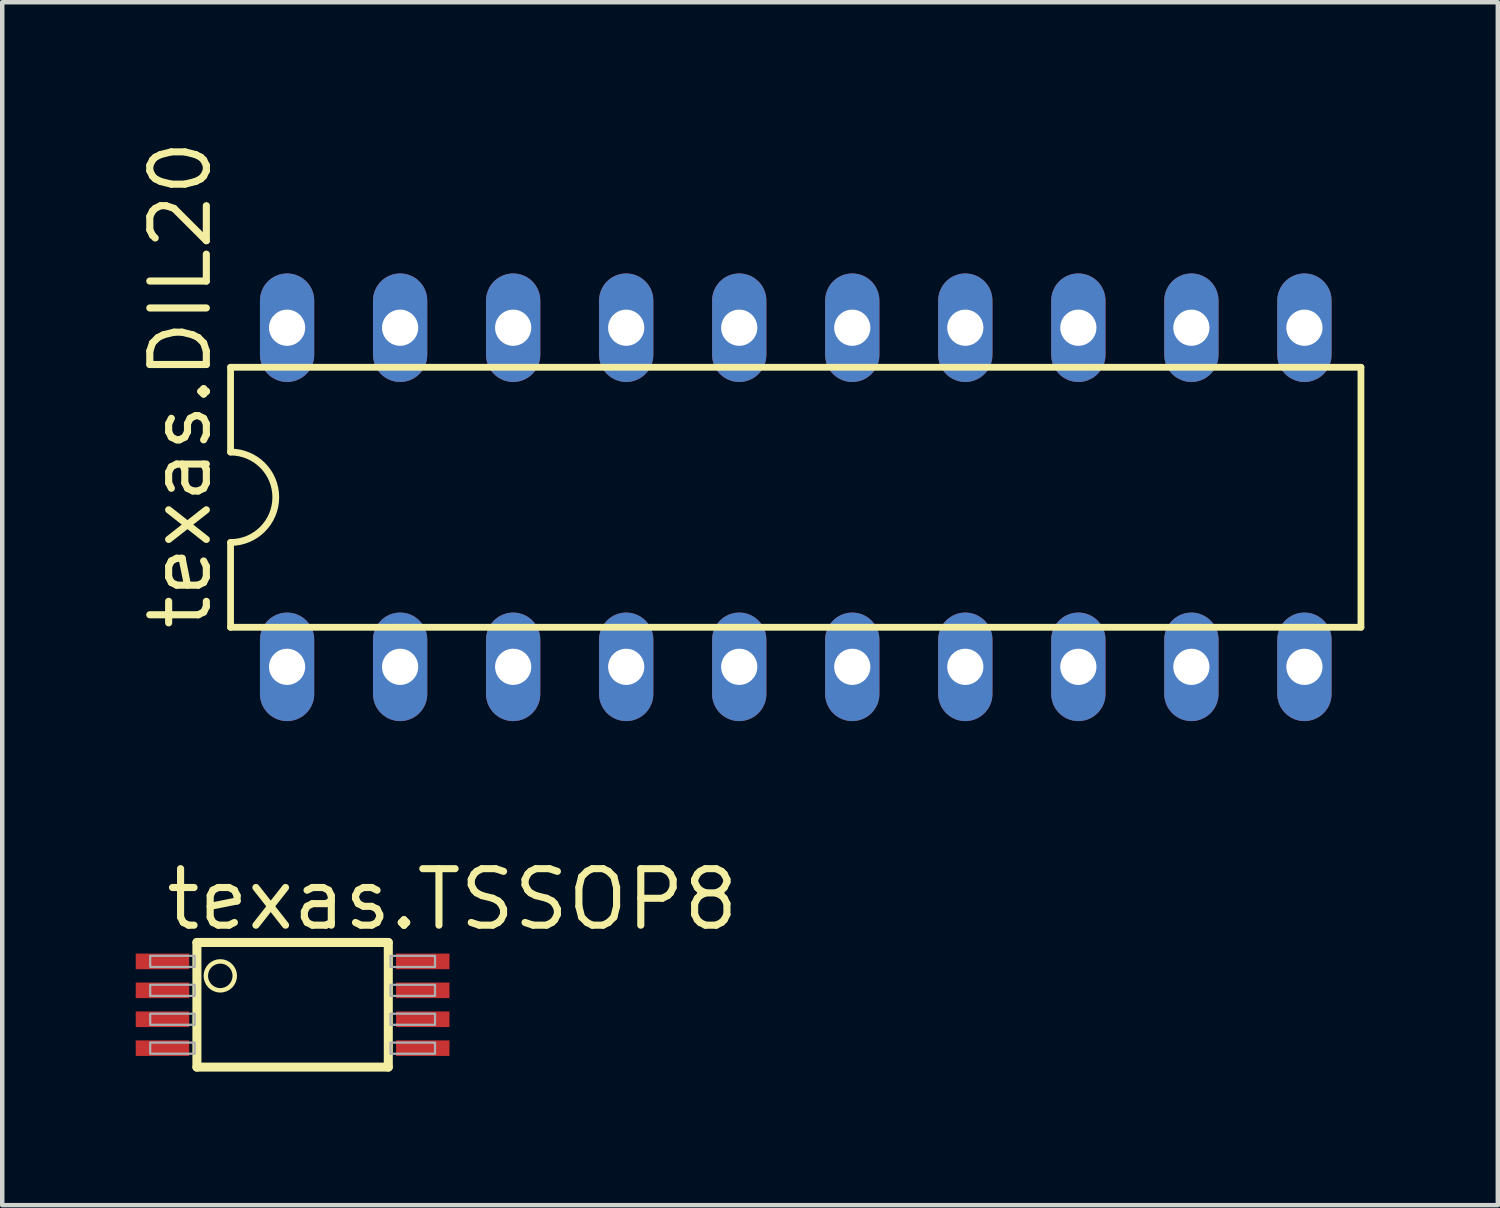
<source format=kicad_pcb>
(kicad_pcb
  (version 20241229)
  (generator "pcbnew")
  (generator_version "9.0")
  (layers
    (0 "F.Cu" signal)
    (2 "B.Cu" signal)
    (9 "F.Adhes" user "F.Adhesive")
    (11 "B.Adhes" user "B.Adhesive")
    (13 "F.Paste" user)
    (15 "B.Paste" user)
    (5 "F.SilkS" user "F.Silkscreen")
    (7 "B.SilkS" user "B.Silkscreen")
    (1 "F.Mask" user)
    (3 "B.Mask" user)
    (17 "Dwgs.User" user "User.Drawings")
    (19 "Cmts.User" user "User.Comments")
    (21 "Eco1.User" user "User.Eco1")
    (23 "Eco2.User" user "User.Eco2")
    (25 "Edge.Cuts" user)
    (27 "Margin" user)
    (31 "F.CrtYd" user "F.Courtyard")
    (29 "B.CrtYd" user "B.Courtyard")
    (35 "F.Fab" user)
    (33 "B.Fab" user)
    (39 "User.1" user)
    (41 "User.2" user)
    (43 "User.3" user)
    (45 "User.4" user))
  (footprint "texas.DIL20"
    (layer "F.Cu")
    (at 14.831 8.124)
    (property "Reference" "texas.DIL20" (at -13.081 3.048 90) (layer "F.SilkS") (effects (font (size 1.27 1.27) (thickness 0.16)) (justify left bottom)))
    (attr through_hole)
    (fp_line (start -12.7 -2.921) (end -12.7 -1.016) (stroke (width 0.152) (type default)) (layer "F.SilkS"))
    (fp_line (start -12.7 2.921) (end -12.7 1.016) (stroke (width 0.152) (type default)) (layer "F.SilkS"))
    (fp_line (start -12.7 2.921) (end 12.7 2.921) (stroke (width 0.152) (type default)) (layer "F.SilkS"))
    (fp_line (start 12.7 -2.921) (end -12.7 -2.921) (stroke (width 0.152) (type default)) (layer "F.SilkS"))
    (fp_line (start 12.7 -2.921) (end 12.7 2.921) (stroke (width 0.152) (type default)) (layer "F.SilkS"))
    (fp_arc (start -12.7 -1.016) (mid -11.684 0) (end -12.7 1.016) (stroke (width 0.1524) (type default)) (layer "F.SilkS"))
    (pad "1" thru_hole oval (at -11.43 3.81 90) (size 2.438 1.219) (drill 0.813) (layers "*.Cu" "*.Mask"))
    (pad "2" thru_hole oval (at -8.89 3.81 90) (size 2.438 1.219) (drill 0.813) (layers "*.Cu" "*.Mask"))
    (pad "3" thru_hole oval (at -6.35 3.81 90) (size 2.438 1.219) (drill 0.813) (layers "*.Cu" "*.Mask"))
    (pad "4" thru_hole oval (at -3.81 3.81 90) (size 2.438 1.219) (drill 0.813) (layers "*.Cu" "*.Mask"))
    (pad "5" thru_hole oval (at -1.27 3.81 90) (size 2.438 1.219) (drill 0.813) (layers "*.Cu" "*.Mask"))
    (pad "6" thru_hole oval (at 1.27 3.81 90) (size 2.438 1.219) (drill 0.813) (layers "*.Cu" "*.Mask"))
    (pad "7" thru_hole oval (at 3.81 3.81 90) (size 2.438 1.219) (drill 0.813) (layers "*.Cu" "*.Mask"))
    (pad "8" thru_hole oval (at 6.35 3.81 90) (size 2.438 1.219) (drill 0.813) (layers "*.Cu" "*.Mask"))
    (pad "9" thru_hole oval (at 8.89 3.81 90) (size 2.438 1.219) (drill 0.813) (layers "*.Cu" "*.Mask"))
    (pad "10" thru_hole oval (at 11.43 3.81 90) (size 2.438 1.219) (drill 0.813) (layers "*.Cu" "*.Mask"))
    (pad "11" thru_hole oval (at 11.43 -3.81 90) (size 2.438 1.219) (drill 0.813) (layers "*.Cu" "*.Mask"))
    (pad "12" thru_hole oval (at 8.89 -3.81 90) (size 2.438 1.219) (drill 0.813) (layers "*.Cu" "*.Mask"))
    (pad "13" thru_hole oval (at 6.35 -3.81 90) (size 2.438 1.219) (drill 0.813) (layers "*.Cu" "*.Mask"))
    (pad "14" thru_hole oval (at 3.81 -3.81 90) (size 2.438 1.219) (drill 0.813) (layers "*.Cu" "*.Mask"))
    (pad "15" thru_hole oval (at 1.27 -3.81 90) (size 2.438 1.219) (drill 0.813) (layers "*.Cu" "*.Mask"))
    (pad "16" thru_hole oval (at -1.27 -3.81 90) (size 2.438 1.219) (drill 0.813) (layers "*.Cu" "*.Mask"))
    (pad "17" thru_hole oval (at -3.81 -3.81 90) (size 2.438 1.219) (drill 0.813) (layers "*.Cu" "*.Mask"))
    (pad "18" thru_hole oval (at -6.35 -3.81 90) (size 2.438 1.219) (drill 0.813) (layers "*.Cu" "*.Mask"))
    (pad "19" thru_hole oval (at -8.89 -3.81 90) (size 2.438 1.219) (drill 0.813) (layers "*.Cu" "*.Mask"))
    (pad "20" thru_hole oval (at -11.43 -3.81 90) (size 2.438 1.219) (drill 0.813) (layers "*.Cu" "*.Mask")))
  (footprint "texas.TSSOP8"
    (layer "F.Cu")
    (at 3.525 19.528)
    (property "Reference" "texas.TSSOP8" (at -2.925 -1.625 0) (layer "F.SilkS") (effects (font (size 1.27 1.27) (thickness 0.16)) (justify left bottom)))
    (attr smd)
    (fp_line (start -2.15 -1.4) (end -2.15 1.4) (stroke (width 0.203) (type default)) (layer "F.SilkS"))
    (fp_line (start -2.15 1.4) (end 2.15 1.4) (stroke (width 0.203) (type default)) (layer "F.SilkS"))
    (fp_line (start 2.15 -1.4) (end -2.15 -1.4) (stroke (width 0.203) (type default)) (layer "F.SilkS"))
    (fp_line (start 2.15 1.4) (end 2.15 -1.4) (stroke (width 0.203) (type default)) (layer "F.SilkS"))
    (fp_circle (center -1.625 -0.65) (end -1.3 -0.65) (stroke (width 0.1) (type default)) (fill no) (layer "F.SilkS"))
    (fp_rect (start -3.2 -0.85) (end -2.2 -1.1) (stroke (width 0.05) (type default)) (fill no) (layer "F.Fab"))
    (fp_rect (start -3.2 -0.2) (end -2.2 -0.45) (stroke (width 0.05) (type default)) (fill no) (layer "F.Fab"))
    (fp_rect (start -3.2 0.45) (end -2.2 0.2) (stroke (width 0.05) (type default)) (fill no) (layer "F.Fab"))
    (fp_rect (start -3.2 1.1) (end -2.2 0.85) (stroke (width 0.05) (type default)) (fill no) (layer "F.Fab"))
    (fp_rect (start 2.2 -0.85) (end 3.2 -1.1) (stroke (width 0.05) (type default)) (fill no) (layer "F.Fab"))
    (fp_rect (start 2.2 -0.2) (end 3.2 -0.45) (stroke (width 0.05) (type default)) (fill no) (layer "F.Fab"))
    (fp_rect (start 2.2 0.45) (end 3.2 0.2) (stroke (width 0.05) (type default)) (fill no) (layer "F.Fab"))
    (fp_rect (start 2.2 1.1) (end 3.2 0.85) (stroke (width 0.05) (type default)) (fill no) (layer "F.Fab"))
    (pad "1" smd roundrect (at -2.925 -0.975) (size 1.2 0.35) (layers "F.Cu" "F.Mask" "F.Paste") (roundrect_rratio 0.01))
    (pad "2" smd roundrect (at -2.925 -0.325) (size 1.2 0.35) (layers "F.Cu" "F.Mask" "F.Paste") (roundrect_rratio 0.01))
    (pad "3" smd roundrect (at -2.925 0.325) (size 1.2 0.35) (layers "F.Cu" "F.Mask" "F.Paste") (roundrect_rratio 0.01))
    (pad "4" smd roundrect (at -2.925 0.975) (size 1.2 0.35) (layers "F.Cu" "F.Mask" "F.Paste") (roundrect_rratio 0.01))
    (pad "5" smd roundrect (at 2.925 0.975) (size 1.2 0.35) (layers "F.Cu" "F.Mask" "F.Paste") (roundrect_rratio 0.01))
    (pad "6" smd roundrect (at 2.925 0.325) (size 1.2 0.35) (layers "F.Cu" "F.Mask" "F.Paste") (roundrect_rratio 0.01))
    (pad "7" smd roundrect (at 2.925 -0.325) (size 1.2 0.35) (layers "F.Cu" "F.Mask" "F.Paste") (roundrect_rratio 0.01))
    (pad "8" smd roundrect (at 2.925 -0.975) (size 1.2 0.35) (layers "F.Cu" "F.Mask" "F.Paste") (roundrect_rratio 0.01)))
  (gr_rect
    (start -3 -3)
    (end 30.607 24.03)
    (stroke (width 0.1) (type default))
    (fill no)
    (layer "Edge.Cuts")))
</source>
